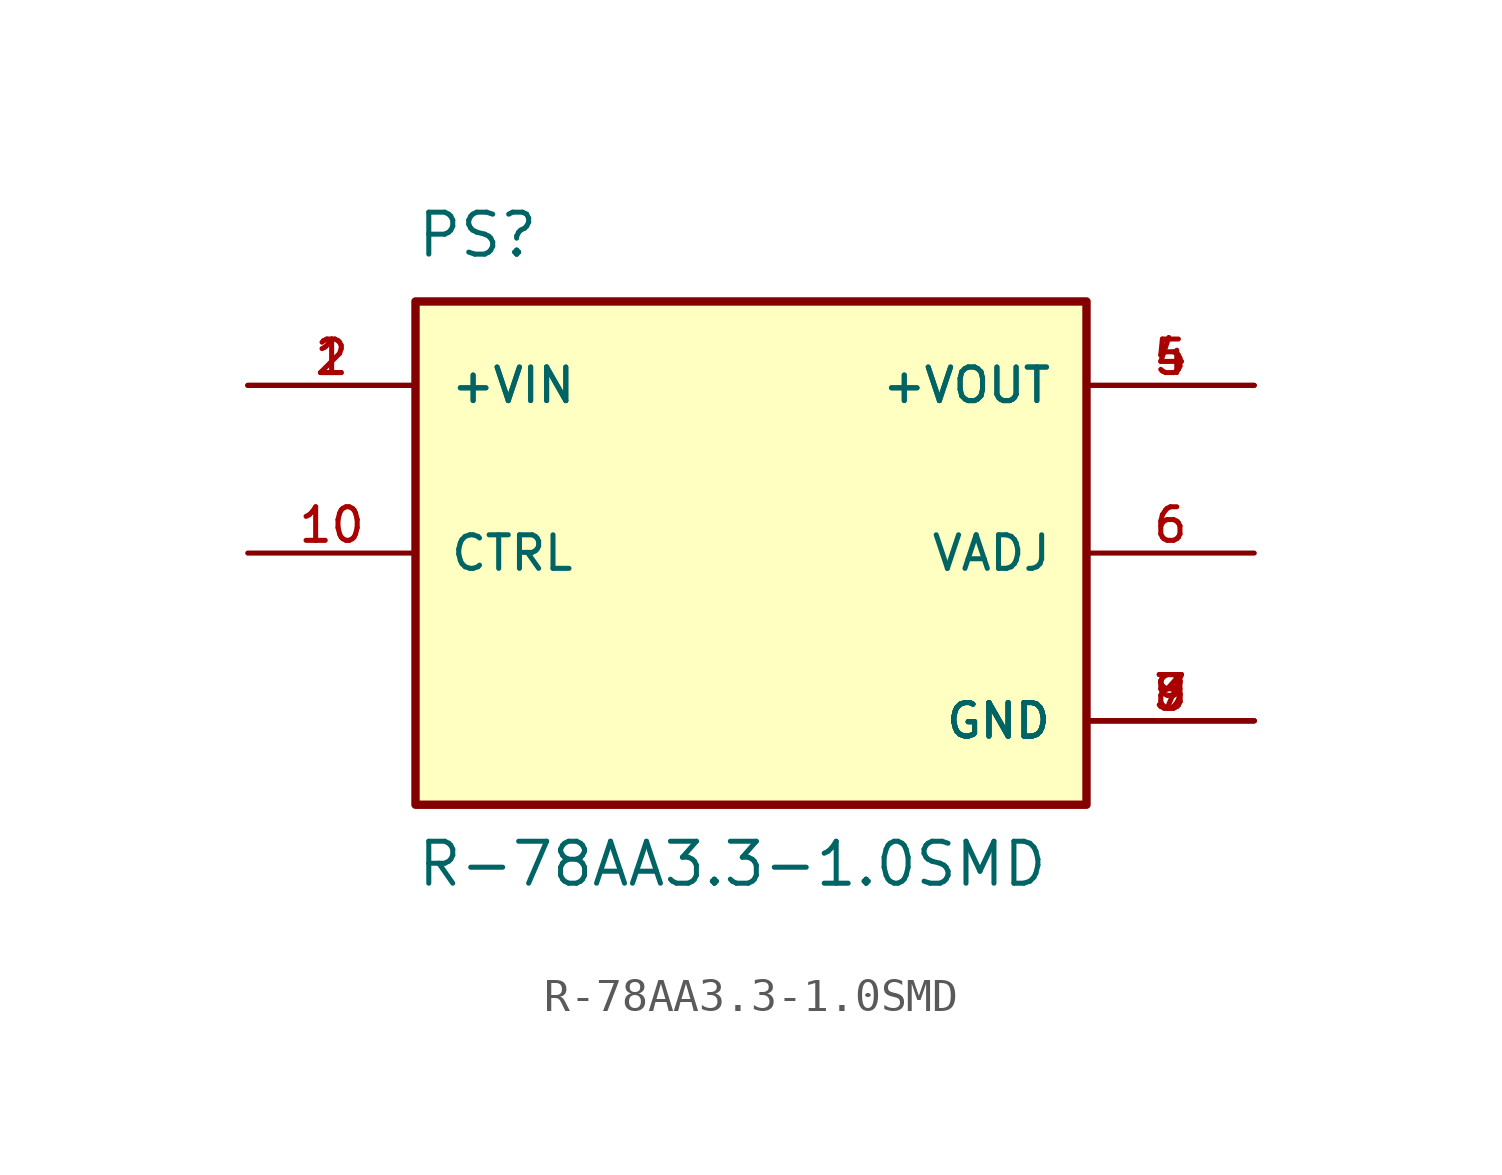
<source format=kicad_sym>
(kicad_symbol_lib
  (version 20211014)
  (generator kicad_symbol_editor)
  (symbol "R-78AA3.3-1.0SMD"
    (pin_names
      (offset 1.016))
    (property "Reference" "PS"
      (at -10.16 8.89 0)
      (effects (font (size 1.27 1.27)) (justify left bottom)))
    (property "Value" "R-78AA3.3-1.0SMD"
      (at -10.16 -10.16 0)
      (effects (font (size 1.27 1.27)) (justify left bottom)))
    (property "ki_locked" ""
      (at 0 0 0)
      (effects (font (size 1.27 1.27))))
    (symbol "R-78AA3.3-1.0SMD_0_0"
      (rectangle (start -10.16 -7.62) (end 10.16 7.62) (stroke (width 0.254) (type default) (color 0 0 0 0)) (fill (type background)))
      (pin input line (at -15.24 5.08 0) (length 5.08) (name "+VIN" (effects (font (size 1.016 1.016)))) (number "1" (effects (font (size 1.016 1.016)))))
      (pin input line (at -15.24 0 0) (length 5.08) (name "CTRL" (effects (font (size 1.016 1.016)))) (number "10" (effects (font (size 1.016 1.016)))))
      (pin input line (at -15.24 5.08 0) (length 5.08) (name "+VIN" (effects (font (size 1.016 1.016)))) (number "2" (effects (font (size 1.016 1.016)))))
      (pin power_in line (at 15.24 -5.08 180) (length 5.08) (name "GND" (effects (font (size 1.016 1.016)))) (number "3" (effects (font (size 1.016 1.016)))))
      (pin output line (at 15.24 5.08 180) (length 5.08) (name "+VOUT" (effects (font (size 1.016 1.016)))) (number "4" (effects (font (size 1.016 1.016)))))
      (pin output line (at 15.24 5.08 180) (length 5.08) (name "+VOUT" (effects (font (size 1.016 1.016)))) (number "5" (effects (font (size 1.016 1.016)))))
      (pin passive line (at 15.24 0 180) (length 5.08) (name "VADJ" (effects (font (size 1.016 1.016)))) (number "6" (effects (font (size 1.016 1.016)))))
      (pin power_in line (at 15.24 -5.08 180) (length 5.08) (name "GND" (effects (font (size 1.016 1.016)))) (number "7" (effects (font (size 1.016 1.016)))))
      (pin power_in line (at 15.24 -5.08 180) (length 5.08) (name "GND" (effects (font (size 1.016 1.016)))) (number "8" (effects (font (size 1.016 1.016)))))
      (pin power_in line (at 15.24 -5.08 180) (length 5.08) (name "GND" (effects (font (size 1.016 1.016)))) (number "9" (effects (font (size 1.016 1.016))))))))
</source>
